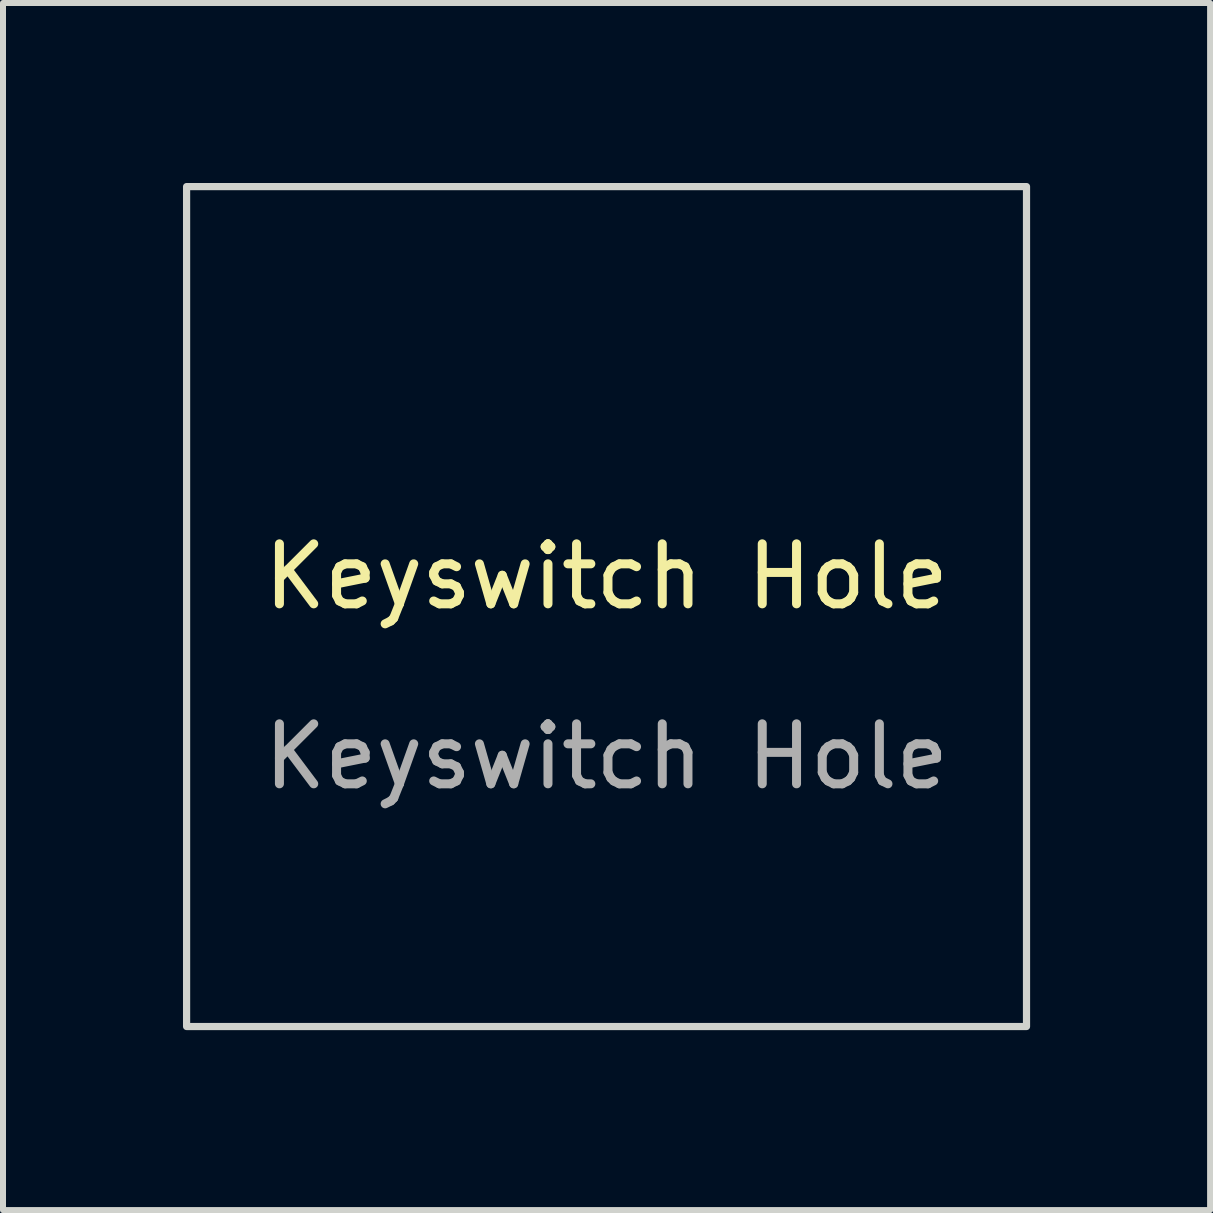
<source format=kicad_pcb>
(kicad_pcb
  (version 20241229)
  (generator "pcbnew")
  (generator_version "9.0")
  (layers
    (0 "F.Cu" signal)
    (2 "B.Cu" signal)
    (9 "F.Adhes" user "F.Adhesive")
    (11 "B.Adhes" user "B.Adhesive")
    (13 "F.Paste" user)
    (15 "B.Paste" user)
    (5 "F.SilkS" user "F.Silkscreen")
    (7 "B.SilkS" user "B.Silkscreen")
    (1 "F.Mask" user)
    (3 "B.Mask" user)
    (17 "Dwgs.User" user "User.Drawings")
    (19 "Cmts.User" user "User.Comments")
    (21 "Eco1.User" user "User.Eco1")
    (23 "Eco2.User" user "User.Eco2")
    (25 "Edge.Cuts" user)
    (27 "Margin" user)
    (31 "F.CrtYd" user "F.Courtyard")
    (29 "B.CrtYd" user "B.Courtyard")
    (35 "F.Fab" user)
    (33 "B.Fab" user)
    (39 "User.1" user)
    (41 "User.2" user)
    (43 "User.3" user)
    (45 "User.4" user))
  (footprint "Keyswitch Hole"
    (layer "F.Cu")
    (at 7.06 7.06)
    (property "Reference" "Keyswitch Hole" (at 0 -0.5 0) (unlocked yes) (layer "F.SilkS") (effects (font (size 1 1) (thickness 0.15))))
    (attr through_hole)
    (fp_rect (start -7 -7) (end 7 7) (stroke (width 0.12) (type solid)) (fill no) (layer "Edge.Cuts"))
    (fp_text user "${REFERENCE}" (at 0 2.5 0) (unlocked yes) (layer "F.Fab") (effects (font (size 1 1) (thickness 0.15)))))
  (gr_rect
    (start -3 -3)
    (end 17.12 17.12)
    (stroke (width 0.1) (type default))
    (fill no)
    (layer "Edge.Cuts")))
</source>
